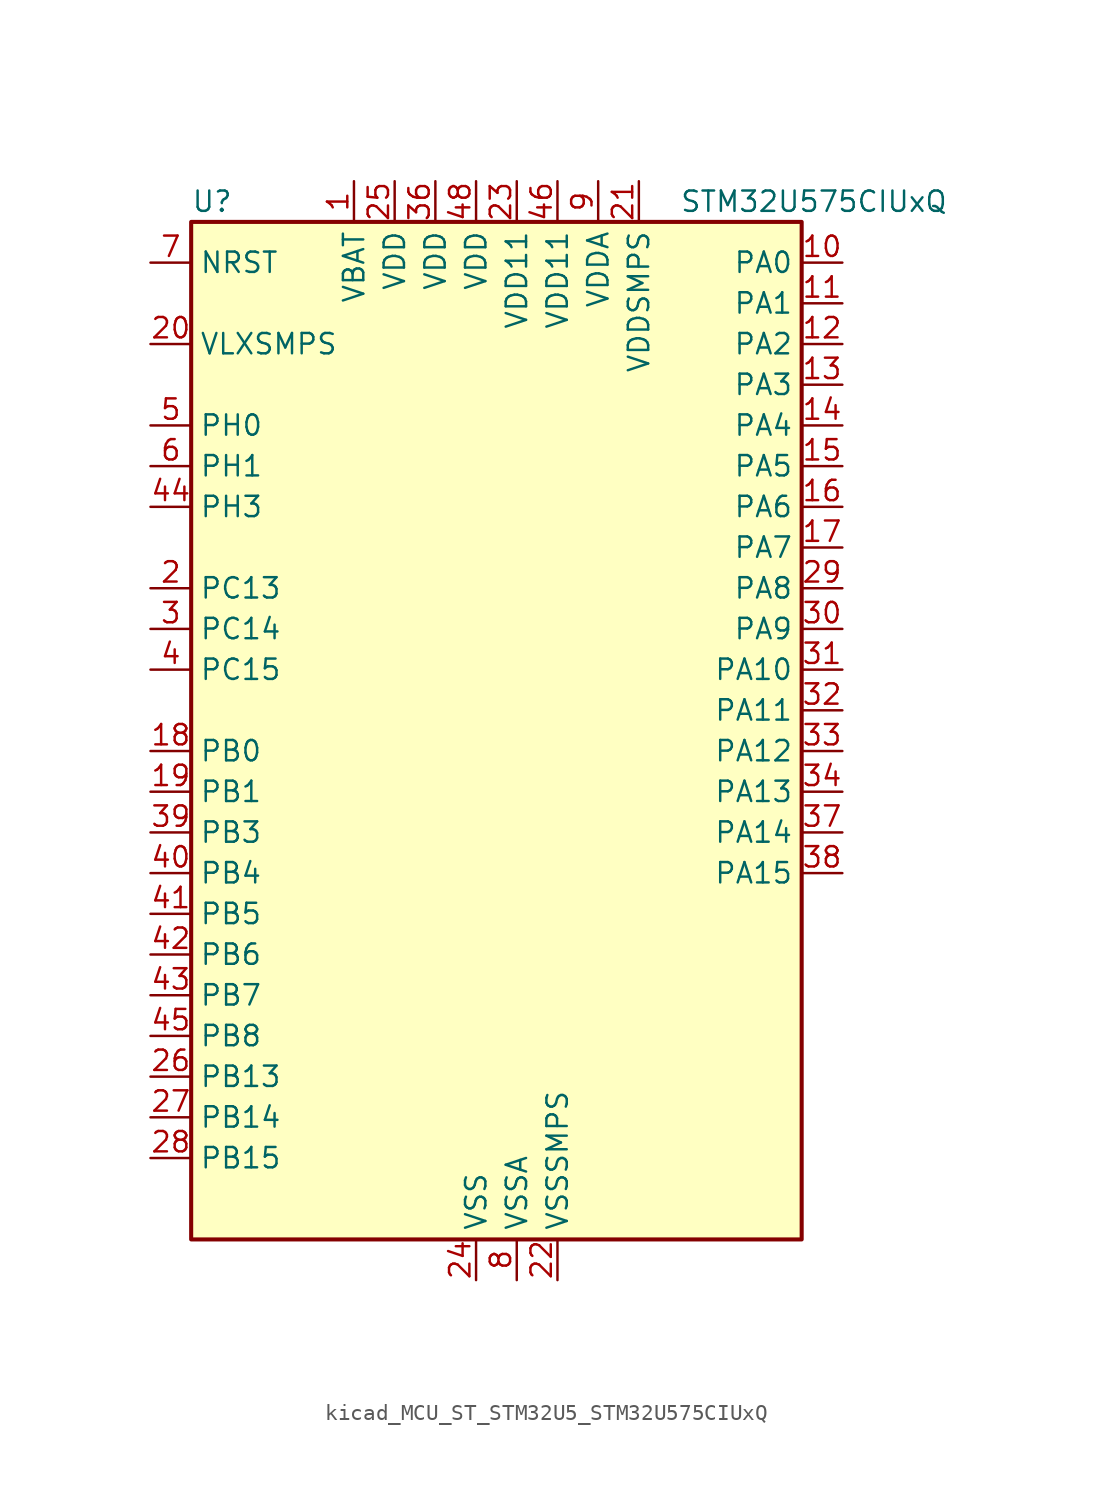
<source format=kicad_sym>
(kicad_symbol_lib
  (version 20220914)
  (generator kicad_symbol_editor)
  (symbol "kicad_MCU_ST_STM32U5_STM32U575CIUxQ"
    (property "Reference" "U"
      (at -17.78 34.29 0)
      (effects (font (size 1.27 1.27)) (justify left)))
    (property "Value" "STM32U575CIUxQ"
      (at 12.7 34.29 0)
      (effects (font (size 1.27 1.27)) (justify left)))
    (property "ki_locked" ""
      (at 0 0 0)
      (effects (font (size 1.27 1.27))))
    (symbol "kicad_MCU_ST_STM32U5_STM32U575CIUxQ_0_1"
      (rectangle (start -17.78 -30.48) (end 20.32 33.02) (stroke (width 0.254) (type default)) (fill (type background))))
    (symbol "kicad_MCU_ST_STM32U5_STM32U575CIUxQ_1_1"
      (pin power_in line (at -7.62 35.56 270) (length 2.54) (name "VBAT" (effects (font (size 1.27 1.27)))) (number "1" (effects (font (size 1.27 1.27)))))
      (pin bidirectional line (at 22.86 30.48 180) (length 2.54) (name "PA0" (effects (font (size 1.27 1.27)))) (number "10" (effects (font (size 1.27 1.27)))) (alternate "ADC1_IN5" bidirectional line) (alternate "AUDIOCLK" bidirectional line) (alternate "OCTOSPIM_P2_NCS" bidirectional line) (alternate "OPAMP1_VINP" bidirectional line) (alternate "PWR_WKUP1" bidirectional line) (alternate "SPI3_RDY" bidirectional line) (alternate "TAMP_IN2" bidirectional line) (alternate "TAMP_OUT1" bidirectional line) (alternate "TIM2_CH1" bidirectional line) (alternate "TIM2_ETR" bidirectional line) (alternate "TIM5_CH1" bidirectional line) (alternate "TIM8_ETR" bidirectional line) (alternate "UART4_TX" bidirectional line) (alternate "USART2_CTS" bidirectional line))
      (pin bidirectional line (at 22.86 27.94 180) (length 2.54) (name "PA1" (effects (font (size 1.27 1.27)))) (number "11" (effects (font (size 1.27 1.27)))) (alternate "ADC1_IN6" bidirectional line) (alternate "I2C1_SMBA" bidirectional line) (alternate "LPTIM1_CH2" bidirectional line) (alternate "OCTOSPIM_P1_DQS" bidirectional line) (alternate "OPAMP1_VINM" bidirectional line) (alternate "PWR_WKUP3" bidirectional line) (alternate "SPI1_SCK" bidirectional line) (alternate "TAMP_IN5" bidirectional line) (alternate "TAMP_OUT4" bidirectional line) (alternate "TIM15_CH1N" bidirectional line) (alternate "TIM2_CH2" bidirectional line) (alternate "TIM5_CH2" bidirectional line) (alternate "UART4_RX" bidirectional line) (alternate "USART2_DE" bidirectional line) (alternate "USART2_RTS" bidirectional line))
      (pin bidirectional line (at 22.86 25.4 180) (length 2.54) (name "PA2" (effects (font (size 1.27 1.27)))) (number "12" (effects (font (size 1.27 1.27)))) (alternate "ADC1_IN7" bidirectional line) (alternate "COMP1_INP" bidirectional line) (alternate "LPUART1_TX" bidirectional line) (alternate "OCTOSPIM_P1_NCS" bidirectional line) (alternate "PWR_WKUP4" bidirectional line) (alternate "RCC_LSCO" bidirectional line) (alternate "SPI1_RDY" bidirectional line) (alternate "TIM15_CH1" bidirectional line) (alternate "TIM2_CH3" bidirectional line) (alternate "TIM5_CH3" bidirectional line) (alternate "UCPD1_FRSTX1" bidirectional line) (alternate "USART2_TX" bidirectional line))
      (pin bidirectional line (at 22.86 22.86 180) (length 2.54) (name "PA3" (effects (font (size 1.27 1.27)))) (number "13" (effects (font (size 1.27 1.27)))) (alternate "ADC1_IN8" bidirectional line) (alternate "LPUART1_RX" bidirectional line) (alternate "OCTOSPIM_P1_CLK" bidirectional line) (alternate "OPAMP1_VOUT" bidirectional line) (alternate "PWR_WKUP5" bidirectional line) (alternate "SAI1_CK1" bidirectional line) (alternate "SAI1_MCLK_A" bidirectional line) (alternate "TIM15_CH2" bidirectional line) (alternate "TIM2_CH4" bidirectional line) (alternate "TIM5_CH4" bidirectional line) (alternate "USART2_RX" bidirectional line))
      (pin bidirectional line (at 22.86 20.32 180) (length 2.54) (name "PA4" (effects (font (size 1.27 1.27)))) (number "14" (effects (font (size 1.27 1.27)))) (alternate "ADC1_IN9" bidirectional line) (alternate "ADC4_IN9" bidirectional line) (alternate "DAC1_OUT1" bidirectional line) (alternate "LPTIM2_CH1" bidirectional line) (alternate "OCTOSPIM_P1_NCS" bidirectional line) (alternate "PWR_WKUP2" bidirectional line) (alternate "SAI1_FS_B" bidirectional line) (alternate "SPI1_NSS" bidirectional line) (alternate "SPI3_NSS" bidirectional line) (alternate "USART2_CK" bidirectional line))
      (pin bidirectional line (at 22.86 17.78 180) (length 2.54) (name "PA5" (effects (font (size 1.27 1.27)))) (number "15" (effects (font (size 1.27 1.27)))) (alternate "ADC1_IN10" bidirectional line) (alternate "ADC4_IN10" bidirectional line) (alternate "DAC1_OUT2" bidirectional line) (alternate "LPTIM2_ETR" bidirectional line) (alternate "PWR_CSLEEP" bidirectional line) (alternate "PWR_WKUP6" bidirectional line) (alternate "SPI1_SCK" bidirectional line) (alternate "TIM2_CH1" bidirectional line) (alternate "TIM2_ETR" bidirectional line) (alternate "TIM8_CH1N" bidirectional line) (alternate "USART3_RX" bidirectional line))
      (pin bidirectional line (at 22.86 15.24 180) (length 2.54) (name "PA6" (effects (font (size 1.27 1.27)))) (number "16" (effects (font (size 1.27 1.27)))) (alternate "ADC1_IN11" bidirectional line) (alternate "ADC4_IN11" bidirectional line) (alternate "LPUART1_CTS" bidirectional line) (alternate "OCTOSPIM_P1_IO3" bidirectional line) (alternate "OPAMP2_VINP" bidirectional line) (alternate "PWR_CDSTOP" bidirectional line) (alternate "PWR_WKUP7" bidirectional line) (alternate "SPI1_MISO" bidirectional line) (alternate "TIM16_CH1" bidirectional line) (alternate "TIM1_BKIN" bidirectional line) (alternate "TIM3_CH1" bidirectional line) (alternate "TIM8_BKIN" bidirectional line) (alternate "USART3_CTS" bidirectional line))
      (pin bidirectional line (at 22.86 12.7 180) (length 2.54) (name "PA7" (effects (font (size 1.27 1.27)))) (number "17" (effects (font (size 1.27 1.27)))) (alternate "ADC1_IN12" bidirectional line) (alternate "ADC4_IN20" bidirectional line) (alternate "I2C3_SCL" bidirectional line) (alternate "LPTIM2_CH2" bidirectional line) (alternate "OCTOSPIM_P1_IO2" bidirectional line) (alternate "OPAMP2_VINM" bidirectional line) (alternate "PWR_SRDSTOP" bidirectional line) (alternate "PWR_WKUP8" bidirectional line) (alternate "SPI1_MOSI" bidirectional line) (alternate "TIM17_CH1" bidirectional line) (alternate "TIM1_CH1N" bidirectional line) (alternate "TIM3_CH2" bidirectional line) (alternate "TIM8_CH1N" bidirectional line) (alternate "USART3_TX" bidirectional line))
      (pin bidirectional line (at -20.32 0 0) (length 2.54) (name "PB0" (effects (font (size 1.27 1.27)))) (number "18" (effects (font (size 1.27 1.27)))) (alternate "ADC1_IN15" bidirectional line) (alternate "ADC4_IN18" bidirectional line) (alternate "AUDIOCLK" bidirectional line) (alternate "COMP1_OUT" bidirectional line) (alternate "LPTIM3_CH1" bidirectional line) (alternate "OCTOSPIM_P1_IO1" bidirectional line) (alternate "OPAMP2_VOUT" bidirectional line) (alternate "SPI1_NSS" bidirectional line) (alternate "TIM1_CH2N" bidirectional line) (alternate "TIM3_CH3" bidirectional line) (alternate "TIM8_CH2N" bidirectional line) (alternate "USART3_CK" bidirectional line))
      (pin bidirectional line (at -20.32 -2.54 0) (length 2.54) (name "PB1" (effects (font (size 1.27 1.27)))) (number "19" (effects (font (size 1.27 1.27)))) (alternate "ADC1_IN16" bidirectional line) (alternate "ADC4_IN19" bidirectional line) (alternate "COMP1_INM" bidirectional line) (alternate "LPTIM2_IN1" bidirectional line) (alternate "LPTIM3_CH2" bidirectional line) (alternate "LPUART1_DE" bidirectional line) (alternate "LPUART1_RTS" bidirectional line) (alternate "MDF1_SDI0" bidirectional line) (alternate "OCTOSPIM_P1_IO0" bidirectional line) (alternate "PWR_WKUP4" bidirectional line) (alternate "TIM1_CH3N" bidirectional line) (alternate "TIM3_CH4" bidirectional line) (alternate "TIM8_CH3N" bidirectional line) (alternate "USART3_DE" bidirectional line) (alternate "USART3_RTS" bidirectional line))
      (pin bidirectional line (at -20.32 10.16 0) (length 2.54) (name "PC13" (effects (font (size 1.27 1.27)))) (number "2" (effects (font (size 1.27 1.27)))) (alternate "PWR_WKUP2" bidirectional line) (alternate "RTC_OUT1" bidirectional line) (alternate "RTC_TS" bidirectional line) (alternate "TAMP_IN1" bidirectional line) (alternate "TAMP_OUT2" bidirectional line))
      (pin power_in line (at -20.32 25.4 0) (length 2.54) (name "VLXSMPS" (effects (font (size 1.27 1.27)))) (number "20" (effects (font (size 1.27 1.27)))))
      (pin power_in line (at 10.16 35.56 270) (length 2.54) (name "VDDSMPS" (effects (font (size 1.27 1.27)))) (number "21" (effects (font (size 1.27 1.27)))))
      (pin power_in line (at 5.08 -33.02 90) (length 2.54) (name "VSSSMPS" (effects (font (size 1.27 1.27)))) (number "22" (effects (font (size 1.27 1.27)))))
      (pin power_in line (at 2.54 35.56 270) (length 2.54) (name "VDD11" (effects (font (size 1.27 1.27)))) (number "23" (effects (font (size 1.27 1.27)))))
      (pin power_in line (at 0 -33.02 90) (length 2.54) (name "VSS" (effects (font (size 1.27 1.27)))) (number "24" (effects (font (size 1.27 1.27)))))
      (pin power_in line (at -5.08 35.56 270) (length 2.54) (name "VDD" (effects (font (size 1.27 1.27)))) (number "25" (effects (font (size 1.27 1.27)))))
      (pin bidirectional line (at -20.32 -20.32 0) (length 2.54) (name "PB13" (effects (font (size 1.27 1.27)))) (number "26" (effects (font (size 1.27 1.27)))) (alternate "I2C2_SCL" bidirectional line) (alternate "LPTIM3_IN1" bidirectional line) (alternate "LPUART1_CTS" bidirectional line) (alternate "MDF1_CKI1" bidirectional line) (alternate "SPI2_SCK" bidirectional line) (alternate "TIM15_CH1N" bidirectional line) (alternate "TIM1_CH1N" bidirectional line) (alternate "TSC_G1_IO2" bidirectional line) (alternate "USART3_CTS" bidirectional line))
      (pin bidirectional line (at -20.32 -22.86 0) (length 2.54) (name "PB14" (effects (font (size 1.27 1.27)))) (number "27" (effects (font (size 1.27 1.27)))) (alternate "I2C2_SDA" bidirectional line) (alternate "LPTIM3_ETR" bidirectional line) (alternate "MDF1_SDI2" bidirectional line) (alternate "SPI2_MISO" bidirectional line) (alternate "TIM15_CH1" bidirectional line) (alternate "TIM1_CH2N" bidirectional line) (alternate "TIM8_CH2N" bidirectional line) (alternate "TSC_G1_IO3" bidirectional line) (alternate "UCPD1_DBCC2" bidirectional line) (alternate "USART3_DE" bidirectional line) (alternate "USART3_RTS" bidirectional line))
      (pin bidirectional line (at -20.32 -25.4 0) (length 2.54) (name "PB15" (effects (font (size 1.27 1.27)))) (number "28" (effects (font (size 1.27 1.27)))) (alternate "ADC1_EXTI15" bidirectional line) (alternate "ADC4_EXTI15" bidirectional line) (alternate "LPTIM2_IN2" bidirectional line) (alternate "MDF1_CKI2" bidirectional line) (alternate "PWR_WKUP7" bidirectional line) (alternate "RTC_REFIN" bidirectional line) (alternate "SPI2_MOSI" bidirectional line) (alternate "TIM15_CH2" bidirectional line) (alternate "TIM1_CH3N" bidirectional line) (alternate "TIM8_CH3N" bidirectional line) (alternate "UCPD1_CC2" bidirectional line))
      (pin bidirectional line (at 22.86 10.16 180) (length 2.54) (name "PA8" (effects (font (size 1.27 1.27)))) (number "29" (effects (font (size 1.27 1.27)))) (alternate "DEBUG_TRACECLK" bidirectional line) (alternate "LPTIM2_CH1" bidirectional line) (alternate "RCC_MCO" bidirectional line) (alternate "SAI1_CK2" bidirectional line) (alternate "SAI1_SCK_A" bidirectional line) (alternate "SPI1_RDY" bidirectional line) (alternate "TIM1_CH1" bidirectional line) (alternate "USART1_CK" bidirectional line) (alternate "USB_OTG_FS_SOF" bidirectional line))
      (pin bidirectional line (at -20.32 7.62 0) (length 2.54) (name "PC14" (effects (font (size 1.27 1.27)))) (number "3" (effects (font (size 1.27 1.27)))) (alternate "RCC_OSC32_IN" bidirectional line))
      (pin bidirectional line (at 22.86 7.62 180) (length 2.54) (name "PA9" (effects (font (size 1.27 1.27)))) (number "30" (effects (font (size 1.27 1.27)))) (alternate "DAC1_EXTI9" bidirectional line) (alternate "SAI1_FS_A" bidirectional line) (alternate "SPI2_SCK" bidirectional line) (alternate "TIM15_BKIN" bidirectional line) (alternate "TIM1_CH2" bidirectional line) (alternate "USART1_TX" bidirectional line) (alternate "USB_OTG_FS_VBUS" bidirectional line))
      (pin bidirectional line (at 22.86 5.08 180) (length 2.54) (name "PA10" (effects (font (size 1.27 1.27)))) (number "31" (effects (font (size 1.27 1.27)))) (alternate "CRS_SYNC" bidirectional line) (alternate "LPTIM2_IN2" bidirectional line) (alternate "SAI1_D1" bidirectional line) (alternate "SAI1_SD_A" bidirectional line) (alternate "TIM17_BKIN" bidirectional line) (alternate "TIM1_CH3" bidirectional line) (alternate "USART1_RX" bidirectional line) (alternate "USB_OTG_FS_ID" bidirectional line))
      (pin bidirectional line (at 22.86 2.54 180) (length 2.54) (name "PA11" (effects (font (size 1.27 1.27)))) (number "32" (effects (font (size 1.27 1.27)))) (alternate "ADC1_EXTI11" bidirectional line) (alternate "FDCAN1_RX" bidirectional line) (alternate "SPI1_MISO" bidirectional line) (alternate "TIM1_BKIN2" bidirectional line) (alternate "TIM1_CH4" bidirectional line) (alternate "USART1_CTS" bidirectional line) (alternate "USB_OTG_FS_DM" bidirectional line))
      (pin bidirectional line (at 22.86 0 180) (length 2.54) (name "PA12" (effects (font (size 1.27 1.27)))) (number "33" (effects (font (size 1.27 1.27)))) (alternate "FDCAN1_TX" bidirectional line) (alternate "OCTOSPIM_P2_NCS" bidirectional line) (alternate "SPI1_MOSI" bidirectional line) (alternate "TIM1_ETR" bidirectional line) (alternate "USART1_DE" bidirectional line) (alternate "USART1_RTS" bidirectional line) (alternate "USB_OTG_FS_DP" bidirectional line))
      (pin bidirectional line (at 22.86 -2.54 180) (length 2.54) (name "PA13" (effects (font (size 1.27 1.27)))) (number "34" (effects (font (size 1.27 1.27)))) (alternate "DEBUG_JTMS-SWDIO" bidirectional line) (alternate "IR_OUT" bidirectional line) (alternate "SAI1_SD_B" bidirectional line) (alternate "USB_OTG_FS_NOE" bidirectional line))
      (pin passive line (at 0 -33.02 90) (length 2.54) hide (name "VSS" (effects (font (size 1.27 1.27)))) (number "35" (effects (font (size 1.27 1.27)))))
      (pin power_in line (at -2.54 35.56 270) (length 2.54) (name "VDD" (effects (font (size 1.27 1.27)))) (number "36" (effects (font (size 1.27 1.27)))))
      (pin bidirectional line (at 22.86 -5.08 180) (length 2.54) (name "PA14" (effects (font (size 1.27 1.27)))) (number "37" (effects (font (size 1.27 1.27)))) (alternate "DEBUG_JTCK-SWCLK" bidirectional line) (alternate "I2C1_SMBA" bidirectional line) (alternate "I2C4_SMBA" bidirectional line) (alternate "LPTIM1_CH1" bidirectional line) (alternate "SAI1_FS_B" bidirectional line) (alternate "USB_OTG_FS_SOF" bidirectional line))
      (pin bidirectional line (at 22.86 -7.62 180) (length 2.54) (name "PA15" (effects (font (size 1.27 1.27)))) (number "38" (effects (font (size 1.27 1.27)))) (alternate "ADC1_EXTI15" bidirectional line) (alternate "ADC4_EXTI15" bidirectional line) (alternate "DEBUG_JTDI" bidirectional line) (alternate "SPI1_NSS" bidirectional line) (alternate "SPI3_NSS" bidirectional line) (alternate "TIM2_CH1" bidirectional line) (alternate "TIM2_ETR" bidirectional line) (alternate "UART4_DE" bidirectional line) (alternate "UART4_RTS" bidirectional line) (alternate "UCPD1_CC1" bidirectional line) (alternate "USART2_RX" bidirectional line) (alternate "USART3_DE" bidirectional line) (alternate "USART3_RTS" bidirectional line))
      (pin bidirectional line (at -20.32 -5.08 0) (length 2.54) (name "PB3" (effects (font (size 1.27 1.27)))) (number "39" (effects (font (size 1.27 1.27)))) (alternate "ADF1_CCK0" bidirectional line) (alternate "COMP2_INM" bidirectional line) (alternate "CRS_SYNC" bidirectional line) (alternate "DEBUG_JTDO-SWO" bidirectional line) (alternate "I2C1_SDA" bidirectional line) (alternate "LPTIM1_CH1" bidirectional line) (alternate "SAI1_SCK_B" bidirectional line) (alternate "SPI1_SCK" bidirectional line) (alternate "SPI3_SCK" bidirectional line) (alternate "TIM2_CH2" bidirectional line) (alternate "USART1_DE" bidirectional line) (alternate "USART1_RTS" bidirectional line))
      (pin bidirectional line (at -20.32 5.08 0) (length 2.54) (name "PC15" (effects (font (size 1.27 1.27)))) (number "4" (effects (font (size 1.27 1.27)))) (alternate "ADC1_EXTI15" bidirectional line) (alternate "ADC4_EXTI15" bidirectional line) (alternate "RCC_OSC32_OUT" bidirectional line))
      (pin bidirectional line (at -20.32 -7.62 0) (length 2.54) (name "PB4" (effects (font (size 1.27 1.27)))) (number "40" (effects (font (size 1.27 1.27)))) (alternate "ADF1_SDI0" bidirectional line) (alternate "COMP2_INP" bidirectional line) (alternate "DEBUG_JTRST" bidirectional line) (alternate "I2C3_SDA" bidirectional line) (alternate "LPTIM1_CH2" bidirectional line) (alternate "SAI1_MCLK_B" bidirectional line) (alternate "SPI1_MISO" bidirectional line) (alternate "SPI3_MISO" bidirectional line) (alternate "TIM17_BKIN" bidirectional line) (alternate "TIM3_CH1" bidirectional line) (alternate "TSC_G2_IO1" bidirectional line) (alternate "USART1_CTS" bidirectional line))
      (pin bidirectional line (at -20.32 -10.16 0) (length 2.54) (name "PB5" (effects (font (size 1.27 1.27)))) (number "41" (effects (font (size 1.27 1.27)))) (alternate "COMP2_OUT" bidirectional line) (alternate "I2C1_SMBA" bidirectional line) (alternate "LPTIM1_IN1" bidirectional line) (alternate "OCTOSPIM_P1_NCLK" bidirectional line) (alternate "PWR_WKUP6" bidirectional line) (alternate "SAI1_SD_B" bidirectional line) (alternate "SPI1_MOSI" bidirectional line) (alternate "SPI3_MOSI" bidirectional line) (alternate "TIM16_BKIN" bidirectional line) (alternate "TIM3_CH2" bidirectional line) (alternate "TSC_G2_IO2" bidirectional line) (alternate "UCPD1_DBCC1" bidirectional line) (alternate "USART1_CK" bidirectional line))
      (pin bidirectional line (at -20.32 -12.7 0) (length 2.54) (name "PB6" (effects (font (size 1.27 1.27)))) (number "42" (effects (font (size 1.27 1.27)))) (alternate "COMP2_INP" bidirectional line) (alternate "I2C1_SCL" bidirectional line) (alternate "I2C4_SCL" bidirectional line) (alternate "LPTIM1_ETR" bidirectional line) (alternate "MDF1_SDI5" bidirectional line) (alternate "PWR_WKUP3" bidirectional line) (alternate "SAI1_FS_B" bidirectional line) (alternate "TIM16_CH1N" bidirectional line) (alternate "TIM4_CH1" bidirectional line) (alternate "TIM8_BKIN2" bidirectional line) (alternate "TSC_G2_IO3" bidirectional line) (alternate "USART1_TX" bidirectional line))
      (pin bidirectional line (at -20.32 -15.24 0) (length 2.54) (name "PB7" (effects (font (size 1.27 1.27)))) (number "43" (effects (font (size 1.27 1.27)))) (alternate "COMP2_INM" bidirectional line) (alternate "I2C1_SDA" bidirectional line) (alternate "I2C4_SDA" bidirectional line) (alternate "LPTIM1_IN2" bidirectional line) (alternate "MDF1_CKI5" bidirectional line) (alternate "PWR_PVD_IN" bidirectional line) (alternate "PWR_WKUP4" bidirectional line) (alternate "TIM17_CH1N" bidirectional line) (alternate "TIM4_CH2" bidirectional line) (alternate "TIM8_BKIN" bidirectional line) (alternate "TSC_G2_IO4" bidirectional line) (alternate "UART4_CTS" bidirectional line) (alternate "USART1_RX" bidirectional line))
      (pin bidirectional line (at -20.32 15.24 0) (length 2.54) (name "PH3" (effects (font (size 1.27 1.27)))) (number "44" (effects (font (size 1.27 1.27)))))
      (pin bidirectional line (at -20.32 -17.78 0) (length 2.54) (name "PB8" (effects (font (size 1.27 1.27)))) (number "45" (effects (font (size 1.27 1.27)))) (alternate "FDCAN1_RX" bidirectional line) (alternate "I2C1_SCL" bidirectional line) (alternate "MDF1_CCK0" bidirectional line) (alternate "PWR_WKUP5" bidirectional line) (alternate "SAI1_CK1" bidirectional line) (alternate "SAI1_MCLK_A" bidirectional line) (alternate "SPI3_RDY" bidirectional line) (alternate "TIM16_CH1" bidirectional line) (alternate "TIM4_CH3" bidirectional line))
      (pin power_in line (at 5.08 35.56 270) (length 2.54) (name "VDD11" (effects (font (size 1.27 1.27)))) (number "46" (effects (font (size 1.27 1.27)))))
      (pin passive line (at 0 -33.02 90) (length 2.54) hide (name "VSS" (effects (font (size 1.27 1.27)))) (number "47" (effects (font (size 1.27 1.27)))))
      (pin power_in line (at 0 35.56 270) (length 2.54) (name "VDD" (effects (font (size 1.27 1.27)))) (number "48" (effects (font (size 1.27 1.27)))))
      (pin passive line (at 0 -33.02 90) (length 2.54) hide (name "VSS" (effects (font (size 1.27 1.27)))) (number "49" (effects (font (size 1.27 1.27)))))
      (pin bidirectional line (at -20.32 20.32 0) (length 2.54) (name "PH0" (effects (font (size 1.27 1.27)))) (number "5" (effects (font (size 1.27 1.27)))) (alternate "RCC_OSC_IN" bidirectional line))
      (pin bidirectional line (at -20.32 17.78 0) (length 2.54) (name "PH1" (effects (font (size 1.27 1.27)))) (number "6" (effects (font (size 1.27 1.27)))) (alternate "RCC_OSC_OUT" bidirectional line))
      (pin input line (at -20.32 30.48 0) (length 2.54) (name "NRST" (effects (font (size 1.27 1.27)))) (number "7" (effects (font (size 1.27 1.27)))))
      (pin power_in line (at 2.54 -33.02 90) (length 2.54) (name "VSSA" (effects (font (size 1.27 1.27)))) (number "8" (effects (font (size 1.27 1.27)))))
      (pin power_in line (at 7.62 35.56 270) (length 2.54) (name "VDDA" (effects (font (size 1.27 1.27)))) (number "9" (effects (font (size 1.27 1.27))))))))
</source>
